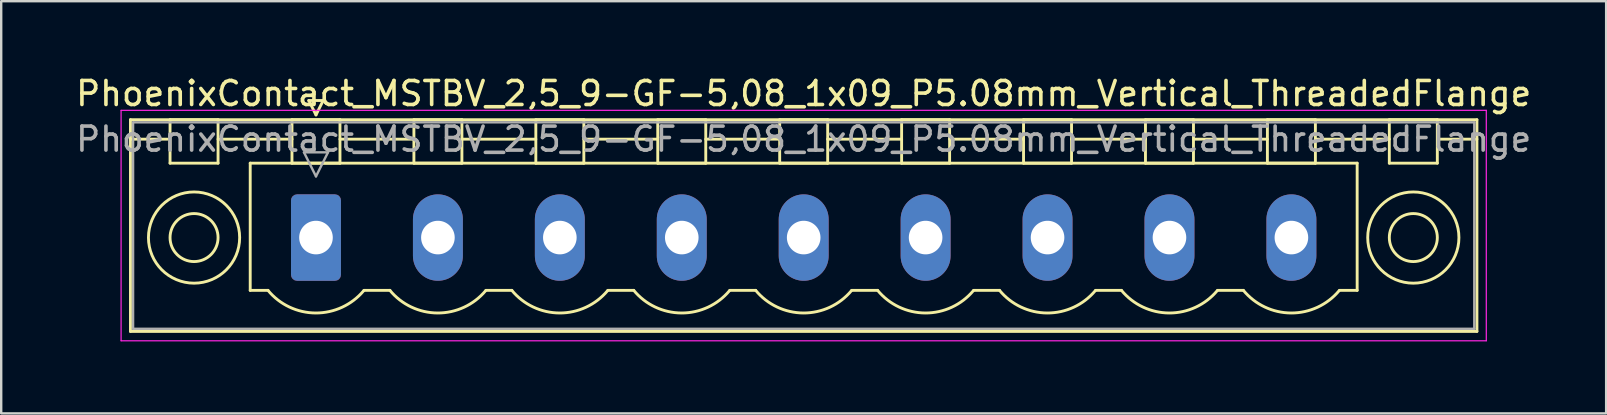
<source format=kicad_pcb>
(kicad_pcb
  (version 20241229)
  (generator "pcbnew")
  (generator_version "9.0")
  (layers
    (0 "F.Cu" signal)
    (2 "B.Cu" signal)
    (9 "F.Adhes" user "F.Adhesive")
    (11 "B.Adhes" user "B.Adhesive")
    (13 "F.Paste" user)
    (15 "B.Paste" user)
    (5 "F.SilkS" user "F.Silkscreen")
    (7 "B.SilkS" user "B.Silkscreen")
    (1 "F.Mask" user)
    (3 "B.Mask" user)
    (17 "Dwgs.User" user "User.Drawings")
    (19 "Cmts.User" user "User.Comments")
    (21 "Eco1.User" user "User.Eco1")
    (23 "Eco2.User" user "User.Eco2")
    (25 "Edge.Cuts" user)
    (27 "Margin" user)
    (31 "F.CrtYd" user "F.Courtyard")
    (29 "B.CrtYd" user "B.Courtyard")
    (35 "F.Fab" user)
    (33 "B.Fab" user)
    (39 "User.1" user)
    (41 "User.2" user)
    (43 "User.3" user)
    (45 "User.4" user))
  (footprint "PhoenixContact_MSTBV_2,5_9-GF-5,08_1x09_P5.08mm_Vertical_ThreadedFlange"
    (layer "F.Cu")
    (at 10.115 6.848)
    (property "Reference" "PhoenixContact_MSTBV_2,5_9-GF-5,08_1x09_P5.08mm_Vertical_ThreadedFlange" (at 20.32 -6 0) (layer "F.SilkS") (effects (font (size 1 1) (thickness 0.15))))
    (attr through_hole)
    (fp_line (start -7.73 -4.91) (end -7.73 3.91) (stroke (width 0.12) (type solid)) (layer "F.SilkS"))
    (fp_line (start -7.73 -4.1) (end -6.19 -4.1) (stroke (width 0.12) (type solid)) (layer "F.SilkS"))
    (fp_line (start -7.73 3.91) (end 48.37 3.91) (stroke (width 0.12) (type solid)) (layer "F.SilkS"))
    (fp_line (start -6.08 -4.91) (end -4.08 -4.91) (stroke (width 0.12) (type solid)) (layer "F.SilkS"))
    (fp_line (start -6.08 -3.1) (end -6.08 -4.91) (stroke (width 0.12) (type solid)) (layer "F.SilkS"))
    (fp_line (start -4.08 -4.91) (end -4.08 -3.1) (stroke (width 0.12) (type solid)) (layer "F.SilkS"))
    (fp_line (start -4.08 -4.1) (end -1 -4.1) (stroke (width 0.12) (type solid)) (layer "F.SilkS"))
    (fp_line (start -4.08 -3.1) (end -6.08 -3.1) (stroke (width 0.12) (type solid)) (layer "F.SilkS"))
    (fp_line (start -2.74 -3.1) (end 43.38 -3.1) (stroke (width 0.12) (type solid)) (layer "F.SilkS"))
    (fp_line (start -2.74 2.2) (end -2.74 -3.1) (stroke (width 0.12) (type solid)) (layer "F.SilkS"))
    (fp_line (start -2 2.2) (end -2.74 2.2) (stroke (width 0.12) (type solid)) (layer "F.SilkS"))
    (fp_line (start -1 -4.91) (end 1 -4.91) (stroke (width 0.12) (type solid)) (layer "F.SilkS"))
    (fp_line (start -1 -3.1) (end -1 -4.91) (stroke (width 0.12) (type solid)) (layer "F.SilkS"))
    (fp_line (start -0.3 -5.71) (end 0.3 -5.71) (stroke (width 0.12) (type solid)) (layer "F.SilkS"))
    (fp_line (start 0 -5.11) (end -0.3 -5.71) (stroke (width 0.12) (type solid)) (layer "F.SilkS"))
    (fp_line (start 0.3 -5.71) (end 0 -5.11) (stroke (width 0.12) (type solid)) (layer "F.SilkS"))
    (fp_line (start 1 -4.91) (end 1 -3.1) (stroke (width 0.12) (type solid)) (layer "F.SilkS"))
    (fp_line (start 1 -4.1) (end 4.08 -4.1) (stroke (width 0.12) (type solid)) (layer "F.SilkS"))
    (fp_line (start 1 -3.1) (end -1 -3.1) (stroke (width 0.12) (type solid)) (layer "F.SilkS"))
    (fp_line (start 2 2.2) (end 3.08 2.2) (stroke (width 0.12) (type solid)) (layer "F.SilkS"))
    (fp_line (start 4.08 -4.91) (end 6.08 -4.91) (stroke (width 0.12) (type solid)) (layer "F.SilkS"))
    (fp_line (start 4.08 -3.1) (end 4.08 -4.91) (stroke (width 0.12) (type solid)) (layer "F.SilkS"))
    (fp_line (start 6.08 -4.91) (end 6.08 -3.1) (stroke (width 0.12) (type solid)) (layer "F.SilkS"))
    (fp_line (start 6.08 -4.1) (end 9.16 -4.1) (stroke (width 0.12) (type solid)) (layer "F.SilkS"))
    (fp_line (start 6.08 -3.1) (end 4.08 -3.1) (stroke (width 0.12) (type solid)) (layer "F.SilkS"))
    (fp_line (start 7.08 2.2) (end 8.16 2.2) (stroke (width 0.12) (type solid)) (layer "F.SilkS"))
    (fp_line (start 9.16 -4.91) (end 11.16 -4.91) (stroke (width 0.12) (type solid)) (layer "F.SilkS"))
    (fp_line (start 9.16 -3.1) (end 9.16 -4.91) (stroke (width 0.12) (type solid)) (layer "F.SilkS"))
    (fp_line (start 11.16 -4.91) (end 11.16 -3.1) (stroke (width 0.12) (type solid)) (layer "F.SilkS"))
    (fp_line (start 11.16 -4.1) (end 14.24 -4.1) (stroke (width 0.12) (type solid)) (layer "F.SilkS"))
    (fp_line (start 11.16 -3.1) (end 9.16 -3.1) (stroke (width 0.12) (type solid)) (layer "F.SilkS"))
    (fp_line (start 12.16 2.2) (end 13.24 2.2) (stroke (width 0.12) (type solid)) (layer "F.SilkS"))
    (fp_line (start 14.24 -4.91) (end 16.24 -4.91) (stroke (width 0.12) (type solid)) (layer "F.SilkS"))
    (fp_line (start 14.24 -3.1) (end 14.24 -4.91) (stroke (width 0.12) (type solid)) (layer "F.SilkS"))
    (fp_line (start 16.24 -4.91) (end 16.24 -3.1) (stroke (width 0.12) (type solid)) (layer "F.SilkS"))
    (fp_line (start 16.24 -4.1) (end 19.32 -4.1) (stroke (width 0.12) (type solid)) (layer "F.SilkS"))
    (fp_line (start 16.24 -3.1) (end 14.24 -3.1) (stroke (width 0.12) (type solid)) (layer "F.SilkS"))
    (fp_line (start 17.24 2.2) (end 18.32 2.2) (stroke (width 0.12) (type solid)) (layer "F.SilkS"))
    (fp_line (start 19.32 -4.91) (end 21.32 -4.91) (stroke (width 0.12) (type solid)) (layer "F.SilkS"))
    (fp_line (start 19.32 -3.1) (end 19.32 -4.91) (stroke (width 0.12) (type solid)) (layer "F.SilkS"))
    (fp_line (start 21.32 -4.91) (end 21.32 -3.1) (stroke (width 0.12) (type solid)) (layer "F.SilkS"))
    (fp_line (start 21.32 -4.1) (end 24.4 -4.1) (stroke (width 0.12) (type solid)) (layer "F.SilkS"))
    (fp_line (start 21.32 -3.1) (end 19.32 -3.1) (stroke (width 0.12) (type solid)) (layer "F.SilkS"))
    (fp_line (start 22.32 2.2) (end 23.4 2.2) (stroke (width 0.12) (type solid)) (layer "F.SilkS"))
    (fp_line (start 24.4 -4.91) (end 26.4 -4.91) (stroke (width 0.12) (type solid)) (layer "F.SilkS"))
    (fp_line (start 24.4 -3.1) (end 24.4 -4.91) (stroke (width 0.12) (type solid)) (layer "F.SilkS"))
    (fp_line (start 26.4 -4.91) (end 26.4 -3.1) (stroke (width 0.12) (type solid)) (layer "F.SilkS"))
    (fp_line (start 26.4 -4.1) (end 29.48 -4.1) (stroke (width 0.12) (type solid)) (layer "F.SilkS"))
    (fp_line (start 26.4 -3.1) (end 24.4 -3.1) (stroke (width 0.12) (type solid)) (layer "F.SilkS"))
    (fp_line (start 27.4 2.2) (end 28.48 2.2) (stroke (width 0.12) (type solid)) (layer "F.SilkS"))
    (fp_line (start 29.48 -4.91) (end 31.48 -4.91) (stroke (width 0.12) (type solid)) (layer "F.SilkS"))
    (fp_line (start 29.48 -3.1) (end 29.48 -4.91) (stroke (width 0.12) (type solid)) (layer "F.SilkS"))
    (fp_line (start 31.48 -4.91) (end 31.48 -3.1) (stroke (width 0.12) (type solid)) (layer "F.SilkS"))
    (fp_line (start 31.48 -4.1) (end 34.56 -4.1) (stroke (width 0.12) (type solid)) (layer "F.SilkS"))
    (fp_line (start 31.48 -3.1) (end 29.48 -3.1) (stroke (width 0.12) (type solid)) (layer "F.SilkS"))
    (fp_line (start 32.48 2.2) (end 33.56 2.2) (stroke (width 0.12) (type solid)) (layer "F.SilkS"))
    (fp_line (start 34.56 -4.91) (end 36.56 -4.91) (stroke (width 0.12) (type solid)) (layer "F.SilkS"))
    (fp_line (start 34.56 -3.1) (end 34.56 -4.91) (stroke (width 0.12) (type solid)) (layer "F.SilkS"))
    (fp_line (start 36.56 -4.91) (end 36.56 -3.1) (stroke (width 0.12) (type solid)) (layer "F.SilkS"))
    (fp_line (start 36.56 -4.1) (end 39.64 -4.1) (stroke (width 0.12) (type solid)) (layer "F.SilkS"))
    (fp_line (start 36.56 -3.1) (end 34.56 -3.1) (stroke (width 0.12) (type solid)) (layer "F.SilkS"))
    (fp_line (start 37.56 2.2) (end 38.64 2.2) (stroke (width 0.12) (type solid)) (layer "F.SilkS"))
    (fp_line (start 39.64 -4.91) (end 41.64 -4.91) (stroke (width 0.12) (type solid)) (layer "F.SilkS"))
    (fp_line (start 39.64 -3.1) (end 39.64 -4.91) (stroke (width 0.12) (type solid)) (layer "F.SilkS"))
    (fp_line (start 41.64 -4.91) (end 41.64 -3.1) (stroke (width 0.12) (type solid)) (layer "F.SilkS"))
    (fp_line (start 41.64 -4.1) (end 44.72 -4.1) (stroke (width 0.12) (type solid)) (layer "F.SilkS"))
    (fp_line (start 41.64 -3.1) (end 39.64 -3.1) (stroke (width 0.12) (type solid)) (layer "F.SilkS"))
    (fp_line (start 43.38 -3.1) (end 43.38 2.2) (stroke (width 0.12) (type solid)) (layer "F.SilkS"))
    (fp_line (start 43.38 2.2) (end 42.64 2.2) (stroke (width 0.12) (type solid)) (layer "F.SilkS"))
    (fp_line (start 44.72 -4.91) (end 46.72 -4.91) (stroke (width 0.12) (type solid)) (layer "F.SilkS"))
    (fp_line (start 44.72 -3.1) (end 44.72 -4.91) (stroke (width 0.12) (type solid)) (layer "F.SilkS"))
    (fp_line (start 46.72 -4.91) (end 46.72 -3.1) (stroke (width 0.12) (type solid)) (layer "F.SilkS"))
    (fp_line (start 46.72 -3.1) (end 44.72 -3.1) (stroke (width 0.12) (type solid)) (layer "F.SilkS"))
    (fp_line (start 48.37 -4.91) (end -7.73 -4.91) (stroke (width 0.12) (type solid)) (layer "F.SilkS"))
    (fp_line (start 48.37 -4.1) (end 46.83 -4.1) (stroke (width 0.12) (type solid)) (layer "F.SilkS"))
    (fp_line (start 48.37 3.91) (end 48.37 -4.91) (stroke (width 0.12) (type solid)) (layer "F.SilkS"))
    (fp_arc (start 1.986842 2.215821) (mid -0.010289 3.142758) (end -2 2.2) (stroke (width 0.12) (type solid)) (layer "F.SilkS"))
    (fp_arc (start 7.066842 2.215821) (mid 5.069711 3.142758) (end 3.08 2.2) (stroke (width 0.12) (type solid)) (layer "F.SilkS"))
    (fp_arc (start 12.146842 2.215821) (mid 10.149711 3.142758) (end 8.16 2.2) (stroke (width 0.12) (type solid)) (layer "F.SilkS"))
    (fp_arc (start 17.226842 2.215821) (mid 15.229711 3.142758) (end 13.24 2.2) (stroke (width 0.12) (type solid)) (layer "F.SilkS"))
    (fp_arc (start 22.306842 2.215821) (mid 20.309711 3.142758) (end 18.32 2.2) (stroke (width 0.12) (type solid)) (layer "F.SilkS"))
    (fp_arc (start 27.386842 2.215821) (mid 25.389711 3.142758) (end 23.4 2.2) (stroke (width 0.12) (type solid)) (layer "F.SilkS"))
    (fp_arc (start 32.466842 2.215821) (mid 30.469711 3.142758) (end 28.48 2.2) (stroke (width 0.12) (type solid)) (layer "F.SilkS"))
    (fp_arc (start 37.546842 2.215821) (mid 35.549711 3.142758) (end 33.56 2.2) (stroke (width 0.12) (type solid)) (layer "F.SilkS"))
    (fp_arc (start 42.626842 2.215821) (mid 40.629711 3.142758) (end 38.64 2.2) (stroke (width 0.12) (type solid)) (layer "F.SilkS"))
    (fp_circle (center -5.08 0) (end -4.08 0) (stroke (width 0.12) (type solid)) (fill no) (layer "F.SilkS"))
    (fp_circle (center -5.08 0) (end -3.18 0) (stroke (width 0.12) (type solid)) (fill no) (layer "F.SilkS"))
    (fp_circle (center 45.72 0) (end 46.72 0) (stroke (width 0.12) (type solid)) (fill no) (layer "F.SilkS"))
    (fp_circle (center 45.72 0) (end 47.62 0) (stroke (width 0.12) (type solid)) (fill no) (layer "F.SilkS"))
    (fp_line (start -8.12 -5.3) (end -8.12 4.3) (stroke (width 0.05) (type solid)) (layer "F.CrtYd"))
    (fp_line (start -8.12 4.3) (end 48.76 4.3) (stroke (width 0.05) (type solid)) (layer "F.CrtYd"))
    (fp_line (start 48.76 -5.3) (end -8.12 -5.3) (stroke (width 0.05) (type solid)) (layer "F.CrtYd"))
    (fp_line (start 48.76 4.3) (end 48.76 -5.3) (stroke (width 0.05) (type solid)) (layer "F.CrtYd"))
    (fp_line (start -7.62 -4.8) (end -7.62 3.8) (stroke (width 0.1) (type solid)) (layer "F.Fab"))
    (fp_line (start -7.62 3.8) (end 48.26 3.8) (stroke (width 0.1) (type solid)) (layer "F.Fab"))
    (fp_line (start -0.5 -3.55) (end 0.5 -3.55) (stroke (width 0.1) (type solid)) (layer "F.Fab"))
    (fp_line (start 0 -2.55) (end -0.5 -3.55) (stroke (width 0.1) (type solid)) (layer "F.Fab"))
    (fp_line (start 0.5 -3.55) (end 0 -2.55) (stroke (width 0.1) (type solid)) (layer "F.Fab"))
    (fp_line (start 48.26 -4.8) (end -7.62 -4.8) (stroke (width 0.1) (type solid)) (layer "F.Fab"))
    (fp_line (start 48.26 3.8) (end 48.26 -4.8) (stroke (width 0.1) (type solid)) (layer "F.Fab"))
    (fp_text user "${REFERENCE}" (at 20.32 -4.1 0) (layer "F.Fab") (effects (font (size 1 1) (thickness 0.15))))
    (pad "1" thru_hole roundrect (at 0 0) (size 2.08 3.6) (drill 1.4) (layers "*.Cu" "*.Mask") (roundrect_rratio 0.12))
    (pad "2" thru_hole oval (at 5.08 0) (size 2.08 3.6) (drill 1.4) (layers "*.Cu" "*.Mask"))
    (pad "3" thru_hole oval (at 10.16 0) (size 2.08 3.6) (drill 1.4) (layers "*.Cu" "*.Mask"))
    (pad "4" thru_hole oval (at 15.24 0) (size 2.08 3.6) (drill 1.4) (layers "*.Cu" "*.Mask"))
    (pad "5" thru_hole oval (at 20.32 0) (size 2.08 3.6) (drill 1.4) (layers "*.Cu" "*.Mask"))
    (pad "6" thru_hole oval (at 25.4 0) (size 2.08 3.6) (drill 1.4) (layers "*.Cu" "*.Mask"))
    (pad "7" thru_hole oval (at 30.48 0) (size 2.08 3.6) (drill 1.4) (layers "*.Cu" "*.Mask"))
    (pad "8" thru_hole oval (at 35.56 0) (size 2.08 3.6) (drill 1.4) (layers "*.Cu" "*.Mask"))
    (pad "9" thru_hole oval (at 40.64 0) (size 2.08 3.6) (drill 1.4) (layers "*.Cu" "*.Mask")))
  (gr_rect
    (start -3 -3)
    (end 63.869 14.173)
    (stroke (width 0.1) (type default))
    (fill no)
    (layer "Edge.Cuts")))
</source>
